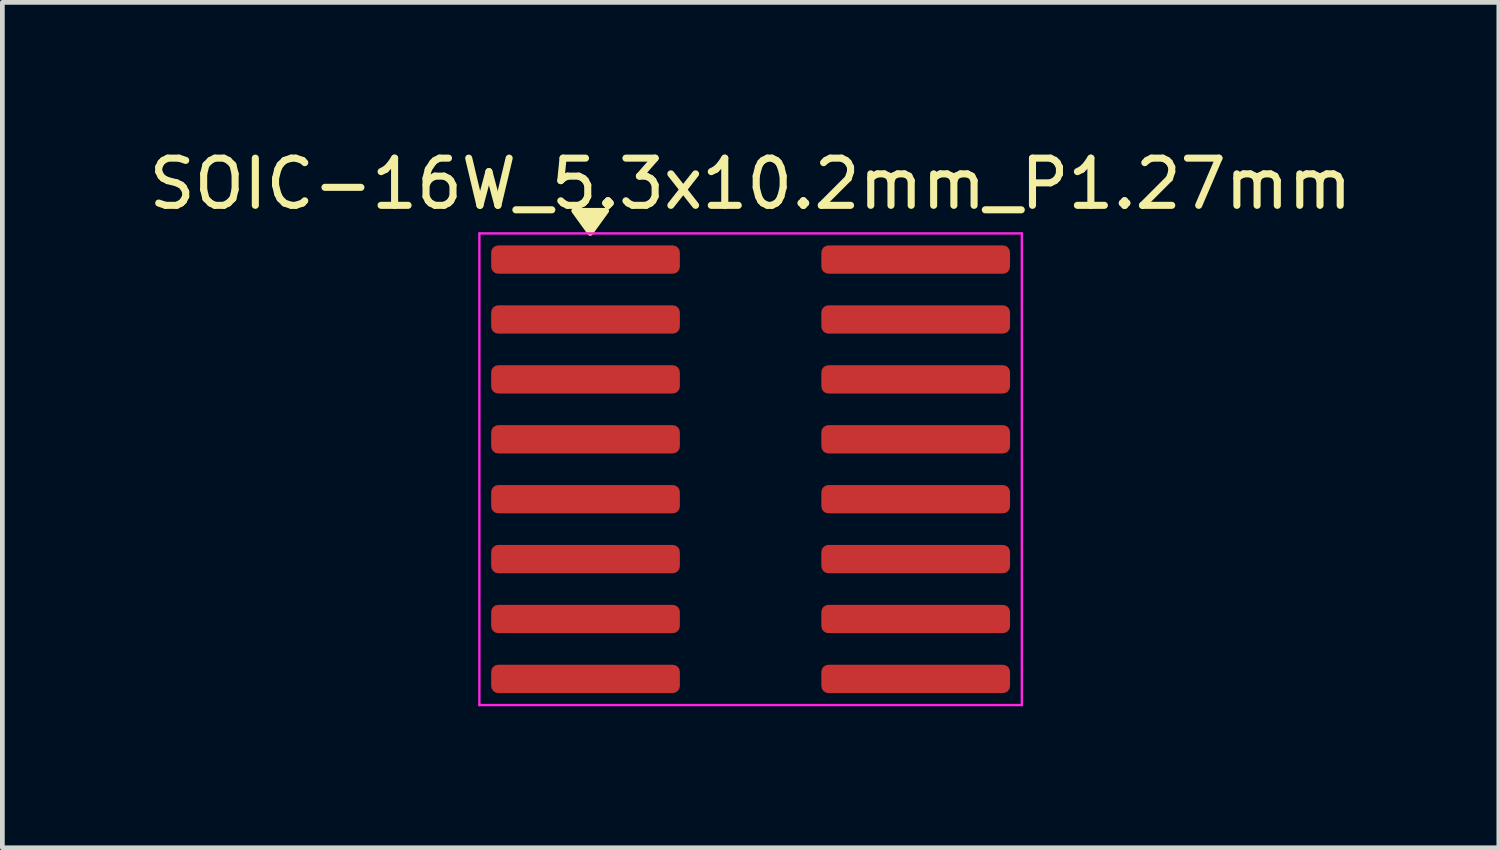
<source format=kicad_pcb>
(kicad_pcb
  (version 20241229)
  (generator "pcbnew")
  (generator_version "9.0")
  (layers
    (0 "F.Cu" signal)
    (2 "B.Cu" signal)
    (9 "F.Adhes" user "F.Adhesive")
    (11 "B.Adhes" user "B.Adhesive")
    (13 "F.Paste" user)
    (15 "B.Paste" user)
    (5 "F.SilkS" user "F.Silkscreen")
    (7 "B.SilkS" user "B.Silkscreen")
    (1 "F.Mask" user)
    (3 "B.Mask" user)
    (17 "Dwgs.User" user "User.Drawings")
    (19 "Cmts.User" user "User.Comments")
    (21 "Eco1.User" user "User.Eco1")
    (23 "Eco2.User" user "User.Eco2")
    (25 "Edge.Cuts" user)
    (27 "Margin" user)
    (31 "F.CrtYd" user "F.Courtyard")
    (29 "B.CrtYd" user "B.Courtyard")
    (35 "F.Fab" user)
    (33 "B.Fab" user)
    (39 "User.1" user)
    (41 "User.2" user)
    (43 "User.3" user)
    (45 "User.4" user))
  (footprint "SOIC-16W_5.3x10.2mm_P1.27mm"
    (layer "F.Cu")
    (at 12.863 6.898)
    (property "Reference" "SOIC-16W_5.3x10.2mm_P1.27mm" (at 0 -6.05 0) (layer "F.SilkS") (effects (font (size 1 1) (thickness 0.15))))
    (attr smd)
    (fp_poly (pts (xy -3.4 -5.01) (xy -3.74 -5.48) (xy -3.06 -5.48)) (stroke (width 0.12) (type solid)) (fill yes) (layer "F.SilkS"))
    (fp_line (start -5.75 -5) (end 5.75 -5) (stroke (width 0.05) (type solid)) (layer "F.CrtYd"))
    (fp_line (start -5.75 5) (end -5.75 -5) (stroke (width 0.05) (type solid)) (layer "F.CrtYd"))
    (fp_line (start 5.75 -5) (end 5.75 5) (stroke (width 0.05) (type solid)) (layer "F.CrtYd"))
    (fp_line (start 5.75 5) (end -5.75 5) (stroke (width 0.05) (type solid)) (layer "F.CrtYd"))
    (pad "1" smd roundrect (at -3.5 -4.445) (size 4 0.6) (layers "F.Cu" "F.Mask" "F.Paste") (roundrect_rratio 0.25))
    (pad "2" smd roundrect (at -3.5 -3.175) (size 4 0.6) (layers "F.Cu" "F.Mask" "F.Paste") (roundrect_rratio 0.25))
    (pad "3" smd roundrect (at -3.5 -1.905) (size 4 0.6) (layers "F.Cu" "F.Mask" "F.Paste") (roundrect_rratio 0.25))
    (pad "4" smd roundrect (at -3.5 -0.635) (size 4 0.6) (layers "F.Cu" "F.Mask" "F.Paste") (roundrect_rratio 0.25))
    (pad "5" smd roundrect (at -3.5 0.635) (size 4 0.6) (layers "F.Cu" "F.Mask" "F.Paste") (roundrect_rratio 0.25))
    (pad "6" smd roundrect (at -3.5 1.905) (size 4 0.6) (layers "F.Cu" "F.Mask" "F.Paste") (roundrect_rratio 0.25))
    (pad "7" smd roundrect (at -3.5 3.175) (size 4 0.6) (layers "F.Cu" "F.Mask" "F.Paste") (roundrect_rratio 0.25))
    (pad "8" smd roundrect (at -3.5 4.445) (size 4 0.6) (layers "F.Cu" "F.Mask" "F.Paste") (roundrect_rratio 0.25))
    (pad "9" smd roundrect (at 3.5 4.445) (size 4 0.6) (layers "F.Cu" "F.Mask" "F.Paste") (roundrect_rratio 0.25))
    (pad "10" smd roundrect (at 3.5 3.175) (size 4 0.6) (layers "F.Cu" "F.Mask" "F.Paste") (roundrect_rratio 0.25))
    (pad "11" smd roundrect (at 3.5 1.905) (size 4 0.6) (layers "F.Cu" "F.Mask" "F.Paste") (roundrect_rratio 0.25))
    (pad "12" smd roundrect (at 3.5 0.635) (size 4 0.6) (layers "F.Cu" "F.Mask" "F.Paste") (roundrect_rratio 0.25))
    (pad "13" smd roundrect (at 3.5 -0.635) (size 4 0.6) (layers "F.Cu" "F.Mask" "F.Paste") (roundrect_rratio 0.25))
    (pad "14" smd roundrect (at 3.5 -1.905) (size 4 0.6) (layers "F.Cu" "F.Mask" "F.Paste") (roundrect_rratio 0.25))
    (pad "15" smd roundrect (at 3.5 -3.175) (size 4 0.6) (layers "F.Cu" "F.Mask" "F.Paste") (roundrect_rratio 0.25))
    (pad "16" smd roundrect (at 3.5 -4.445) (size 4 0.6) (layers "F.Cu" "F.Mask" "F.Paste") (roundrect_rratio 0.25)))
  (gr_rect
    (start -3 -3)
    (end 28.726 14.923)
    (stroke (width 0.1) (type default))
    (fill no)
    (layer "Edge.Cuts")))
</source>
